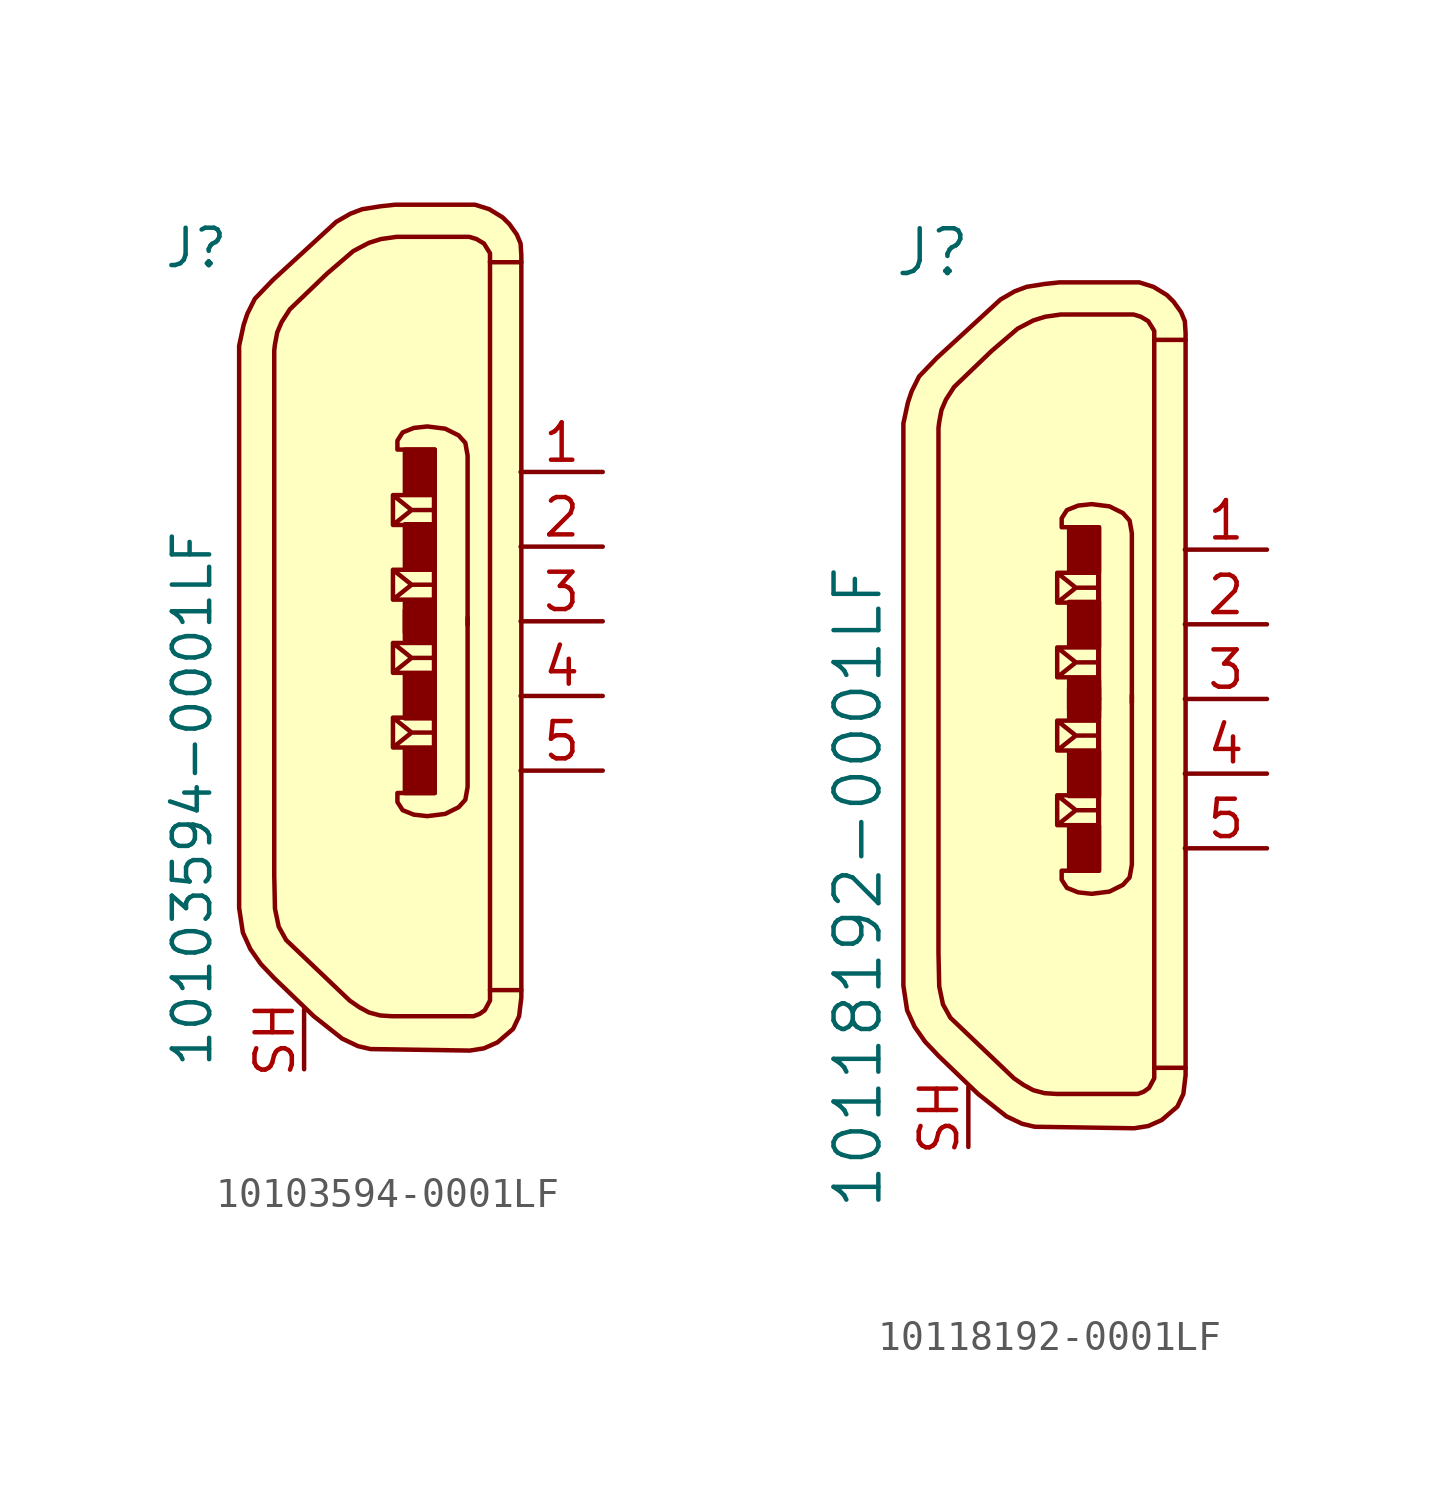
<source format=kicad_sym>
(kicad_symbol_lib
  (version 20220914)
  (generator kicad_symbol_editor)
  (symbol "10103594-0001LF"
    (pin_names
      (offset 1.016))
    (property "Reference" "J"
      (at -6.35 12.7 0)
      (effects (font (size 1.27 1.27)) (justify right)))
    (property "Value" "10103594-0001LF"
      (at -7.62 -15.24 90)
      (effects (font (size 1.27 1.27)) (justify left)))
    (symbol "10103594-0001LF_1_1"
      (rectangle (start -0.381 -4.318) (end 0.635 -5.842) (stroke (width 0) (type default)) (fill (type outline)))
      (rectangle (start -0.381 -3.302) (end 0.635 -1.778) (stroke (width 0) (type default)) (fill (type outline)))
      (rectangle (start -0.381 -0.635) (end 0.635 0.381) (stroke (width 0) (type default)) (fill (type outline)))
      (rectangle (start -0.381 0.635) (end 0.635 -0.381) (stroke (width 0) (type default)) (fill (type outline)))
      (rectangle (start -0.381 3.302) (end 0.635 1.778) (stroke (width 0) (type default)) (fill (type outline)))
      (rectangle (start -0.381 4.318) (end 0.635 5.842) (stroke (width 0) (type default)) (fill (type outline)))
      (polyline (pts (xy 2.515 12.243) (xy 2.515 -12.548)) (stroke (width 0) (type default)) (fill (type none)))
      (polyline (pts (xy -0.787 -4.293) (xy -0.787 -3.277) (xy 0.61 -3.277) (xy 0.61 -4.293) (xy -0.787 -4.293) (xy -0.152 -3.785) (xy -0.787 -3.277) (xy 0.61 -3.277) (xy 0.61 -3.785) (xy -0.152 -3.785)) (stroke (width 0) (type default)) (fill (type none)))
      (polyline (pts (xy -0.787 -1.753) (xy -0.787 -0.737) (xy 0.61 -0.737) (xy 0.61 -1.753) (xy -0.787 -1.753) (xy -0.152 -1.245) (xy -0.787 -0.737) (xy 0.61 -0.737) (xy 0.61 -1.245) (xy -0.152 -1.245)) (stroke (width 0) (type default)) (fill (type none)))
      (polyline (pts (xy -0.787 1.753) (xy -0.787 0.737) (xy 0.61 0.737) (xy 0.61 1.753) (xy -0.787 1.753) (xy -0.152 1.245) (xy -0.787 0.737) (xy 0.61 0.737) (xy 0.61 1.245) (xy -0.152 1.245)) (stroke (width 0) (type default)) (fill (type none)))
      (polyline (pts (xy -0.787 4.293) (xy -0.787 3.277) (xy 0.61 3.277) (xy 0.61 4.293) (xy -0.787 4.293) (xy -0.152 3.785) (xy -0.787 3.277) (xy 0.61 3.277) (xy 0.61 3.785) (xy -0.152 3.785)) (stroke (width 0) (type default)) (fill (type none)))
      (polyline (pts (xy 0.635 -0.025) (xy 0.635 5.842) (xy -0.635 5.842) (xy -0.635 6.147) (xy -0.457 6.426) (xy -0.076 6.579) (xy 0.381 6.629) (xy 0.991 6.553) (xy 1.448 6.325) (xy 1.676 6.071) (xy 1.753 5.639) (xy 1.753 4.801) (xy 1.753 -0.127)) (stroke (width 0) (type default)) (fill (type none)))
      (polyline (pts (xy 0.635 0.025) (xy 0.635 -5.842) (xy -0.635 -5.842) (xy -0.635 -6.147) (xy -0.457 -6.426) (xy -0.076 -6.579) (xy 0.381 -6.629) (xy 0.991 -6.553) (xy 1.448 -6.325) (xy 1.676 -6.071) (xy 1.753 -5.639) (xy 1.753 -4.801) (xy 1.753 0.127)) (stroke (width 0) (type default)) (fill (type none)))
      (polyline (pts (xy 3.581 -12.548) (xy 2.565 -12.548) (xy 2.515 -12.548) (xy 2.515 -12.903) (xy 2.337 -13.233) (xy 2.159 -13.36) (xy 1.956 -13.437) (xy -0.813 -13.437) (xy -1.219 -13.411) (xy -1.6 -13.31) (xy -1.93 -13.132) (xy -2.261 -12.903) (xy -4.42 -10.846) (xy -4.674 -10.389) (xy -4.801 -9.779) (xy -4.826 -8.636) (xy -4.826 9.22) (xy -4.801 9.423) (xy -4.724 9.83) (xy -4.572 10.185) (xy -4.293 10.617) (xy -3.023 11.836) (xy -2.134 12.598) (xy -1.6 12.878) (xy -1.194 13.005) (xy -0.66 13.081) (xy 1.803 13.081) (xy 2.057 13.005) (xy 2.311 12.852) (xy 2.515 12.522) (xy 2.515 12.217) (xy 3.581 12.217)) (stroke (width 0) (type default)) (fill (type none)))
      (polyline (pts (xy 3.581 -11.481) (xy 3.581 -12.802) (xy 3.505 -13.437) (xy 3.302 -13.868) (xy 2.769 -14.326) (xy 2.311 -14.529) (xy 1.829 -14.605) (xy -1.549 -14.554) (xy -1.981 -14.453) (xy -2.515 -14.199) (xy -3.48 -13.437) (xy -4.826 -12.141) (xy -5.283 -11.659) (xy -5.639 -11.151) (xy -5.893 -10.592) (xy -6.02 -9.754) (xy -6.02 9.373) (xy -5.867 10.084) (xy -5.74 10.465) (xy -5.486 10.973) (xy -4.877 11.608) (xy -2.718 13.589) (xy -2.235 13.868) (xy -1.829 14.021) (xy -1.194 14.122) (xy -0.711 14.173) (xy 2.007 14.173) (xy 2.489 14.021) (xy 2.946 13.741) (xy 3.175 13.513) (xy 3.429 13.157) (xy 3.556 12.852) (xy 3.581 12.446) (xy 3.581 -11.506)) (stroke (width 0) (type default)) (fill (type background)))
      (pin passive line (at 6.35 5.08 180) (length 2.794) (name "~" (effects (font (size 1.27 1.27)))) (number "1" (effects (font (size 1.27 1.27)))))
      (pin passive line (at 6.35 2.54 180) (length 2.794) (name "~" (effects (font (size 1.27 1.27)))) (number "2" (effects (font (size 1.27 1.27)))))
      (pin passive line (at 6.35 0 180) (length 2.794) (name "~" (effects (font (size 1.27 1.27)))) (number "3" (effects (font (size 1.27 1.27)))))
      (pin passive line (at 6.35 -2.54 180) (length 2.794) (name "~" (effects (font (size 1.27 1.27)))) (number "4" (effects (font (size 1.27 1.27)))))
      (pin passive line (at 6.35 -5.08 180) (length 2.794) (name "~" (effects (font (size 1.27 1.27)))) (number "5" (effects (font (size 1.27 1.27)))))
      (pin passive line (at -3.81 -15.24 90) (length 2.032) (name "~" (effects (font (size 1.27 1.27)))) (number "SH" (effects (font (size 1.27 1.27)))))))
  (symbol "10118192-0001LF"
    (pin_names
      (offset 1.016))
    (property "Reference" "J"
      (at -3.759 15.189 0)
      (effects (font (size 1.524 1.524))))
    (property "Value" "10118192-0001LF"
      (at -6.299 -6.401 90)
      (effects (font (size 1.524 1.524))))
    (symbol "10118192-0001LF_0_1"
      (polyline (pts (xy 3.785 12.243) (xy 3.785 -12.548)) (stroke (width 0) (type default)) (fill (type none)))
      (polyline (pts (xy 0.483 -4.293) (xy 0.483 -3.277) (xy 1.88 -3.277) (xy 1.88 -4.293) (xy 0.483 -4.293) (xy 1.118 -3.785) (xy 0.483 -3.277) (xy 1.88 -3.277) (xy 1.88 -3.785) (xy 1.118 -3.785)) (stroke (width 0) (type default)) (fill (type none)))
      (polyline (pts (xy 0.483 -1.753) (xy 0.483 -0.737) (xy 1.88 -0.737) (xy 1.88 -1.753) (xy 0.483 -1.753) (xy 1.118 -1.245) (xy 0.483 -0.737) (xy 1.88 -0.737) (xy 1.88 -1.245) (xy 1.118 -1.245)) (stroke (width 0) (type default)) (fill (type none)))
      (polyline (pts (xy 0.483 1.753) (xy 0.483 0.737) (xy 1.88 0.737) (xy 1.88 1.753) (xy 0.483 1.753) (xy 1.118 1.245) (xy 0.483 0.737) (xy 1.88 0.737) (xy 1.88 1.245) (xy 1.118 1.245)) (stroke (width 0) (type default)) (fill (type none)))
      (polyline (pts (xy 0.483 4.293) (xy 0.483 3.277) (xy 1.88 3.277) (xy 1.88 4.293) (xy 0.483 4.293) (xy 1.118 3.785) (xy 0.483 3.277) (xy 1.88 3.277) (xy 1.88 3.785) (xy 1.118 3.785)) (stroke (width 0) (type default)) (fill (type none)))
      (polyline (pts (xy 1.905 -0.025) (xy 1.905 5.842) (xy 0.635 5.842) (xy 0.635 6.147) (xy 0.813 6.426) (xy 1.194 6.579) (xy 1.651 6.629) (xy 2.261 6.553) (xy 2.718 6.325) (xy 2.946 6.071) (xy 3.023 5.639) (xy 3.023 4.801) (xy 3.023 -0.127)) (stroke (width 0) (type default)) (fill (type none)))
      (polyline (pts (xy 1.905 0.025) (xy 1.905 -5.842) (xy 0.635 -5.842) (xy 0.635 -6.147) (xy 0.813 -6.426) (xy 1.194 -6.579) (xy 1.651 -6.629) (xy 2.261 -6.553) (xy 2.718 -6.325) (xy 2.946 -6.071) (xy 3.023 -5.639) (xy 3.023 -4.801) (xy 3.023 0.127)) (stroke (width 0) (type default)) (fill (type none)))
      (polyline (pts (xy 4.851 -12.548) (xy 3.835 -12.548) (xy 3.785 -12.548) (xy 3.785 -12.903) (xy 3.607 -13.233) (xy 3.429 -13.36) (xy 3.226 -13.437) (xy 0.457 -13.437) (xy 0.051 -13.411) (xy -0.33 -13.31) (xy -0.66 -13.132) (xy -0.991 -12.903) (xy -3.15 -10.846) (xy -3.404 -10.389) (xy -3.531 -9.779) (xy -3.556 -8.636) (xy -3.556 9.22) (xy -3.531 9.423) (xy -3.454 9.83) (xy -3.302 10.185) (xy -3.023 10.617) (xy -1.753 11.836) (xy -0.864 12.598) (xy -0.33 12.878) (xy 0.076 13.005) (xy 0.61 13.081) (xy 3.073 13.081) (xy 3.327 13.005) (xy 3.581 12.852) (xy 3.785 12.522) (xy 3.785 12.217) (xy 4.851 12.217)) (stroke (width 0) (type default)) (fill (type none)))
      (polyline (pts (xy 4.851 -11.481) (xy 4.851 -12.802) (xy 4.775 -13.437) (xy 4.572 -13.868) (xy 4.039 -14.326) (xy 3.581 -14.529) (xy 3.099 -14.605) (xy -0.279 -14.554) (xy -0.711 -14.453) (xy -1.245 -14.199) (xy -2.21 -13.437) (xy -3.556 -12.141) (xy -4.013 -11.659) (xy -4.369 -11.151) (xy -4.623 -10.592) (xy -4.75 -9.754) (xy -4.75 9.373) (xy -4.597 10.084) (xy -4.47 10.465) (xy -4.216 10.973) (xy -3.607 11.608) (xy -1.448 13.589) (xy -0.965 13.868) (xy -0.559 14.021) (xy 0.076 14.122) (xy 0.559 14.173) (xy 3.277 14.173) (xy 3.759 14.021) (xy 4.216 13.741) (xy 4.445 13.513) (xy 4.699 13.157) (xy 4.826 12.852) (xy 4.851 12.446) (xy 4.851 -11.506)) (stroke (width 0) (type default)) (fill (type background)))
      (rectangle (start 0.889 -4.318) (end 1.905 -5.842) (stroke (width 0) (type default)) (fill (type outline)))
      (rectangle (start 0.889 -3.302) (end 1.905 -1.778) (stroke (width 0) (type default)) (fill (type outline)))
      (rectangle (start 0.889 -0.635) (end 1.905 0.381) (stroke (width 0) (type default)) (fill (type outline)))
      (rectangle (start 0.889 0.635) (end 1.905 -0.381) (stroke (width 0) (type default)) (fill (type outline)))
      (rectangle (start 0.889 3.302) (end 1.905 1.778) (stroke (width 0) (type default)) (fill (type outline)))
      (rectangle (start 0.889 4.318) (end 1.905 5.842) (stroke (width 0) (type default)) (fill (type outline))))
    (symbol "10118192-0001LF_1_1"
      (pin passive line (at 7.62 5.08 180) (length 2.794) (name "~" (effects (font (size 1.27 1.27)))) (number "1" (effects (font (size 1.27 1.27)))))
      (pin passive line (at 7.62 2.54 180) (length 2.794) (name "~" (effects (font (size 1.27 1.27)))) (number "2" (effects (font (size 1.27 1.27)))))
      (pin passive line (at 7.62 0 180) (length 2.794) (name "~" (effects (font (size 1.27 1.27)))) (number "3" (effects (font (size 1.27 1.27)))))
      (pin passive line (at 7.62 -2.54 180) (length 2.794) (name "~" (effects (font (size 1.27 1.27)))) (number "4" (effects (font (size 1.27 1.27)))))
      (pin passive line (at 7.62 -5.08 180) (length 2.794) (name "~" (effects (font (size 1.27 1.27)))) (number "5" (effects (font (size 1.27 1.27)))))
      (pin passive line (at -2.54 -15.24 90) (length 2.032) (name "~" (effects (font (size 1.27 1.27)))) (number "SH" (effects (font (size 1.27 1.27))))))))
</source>
